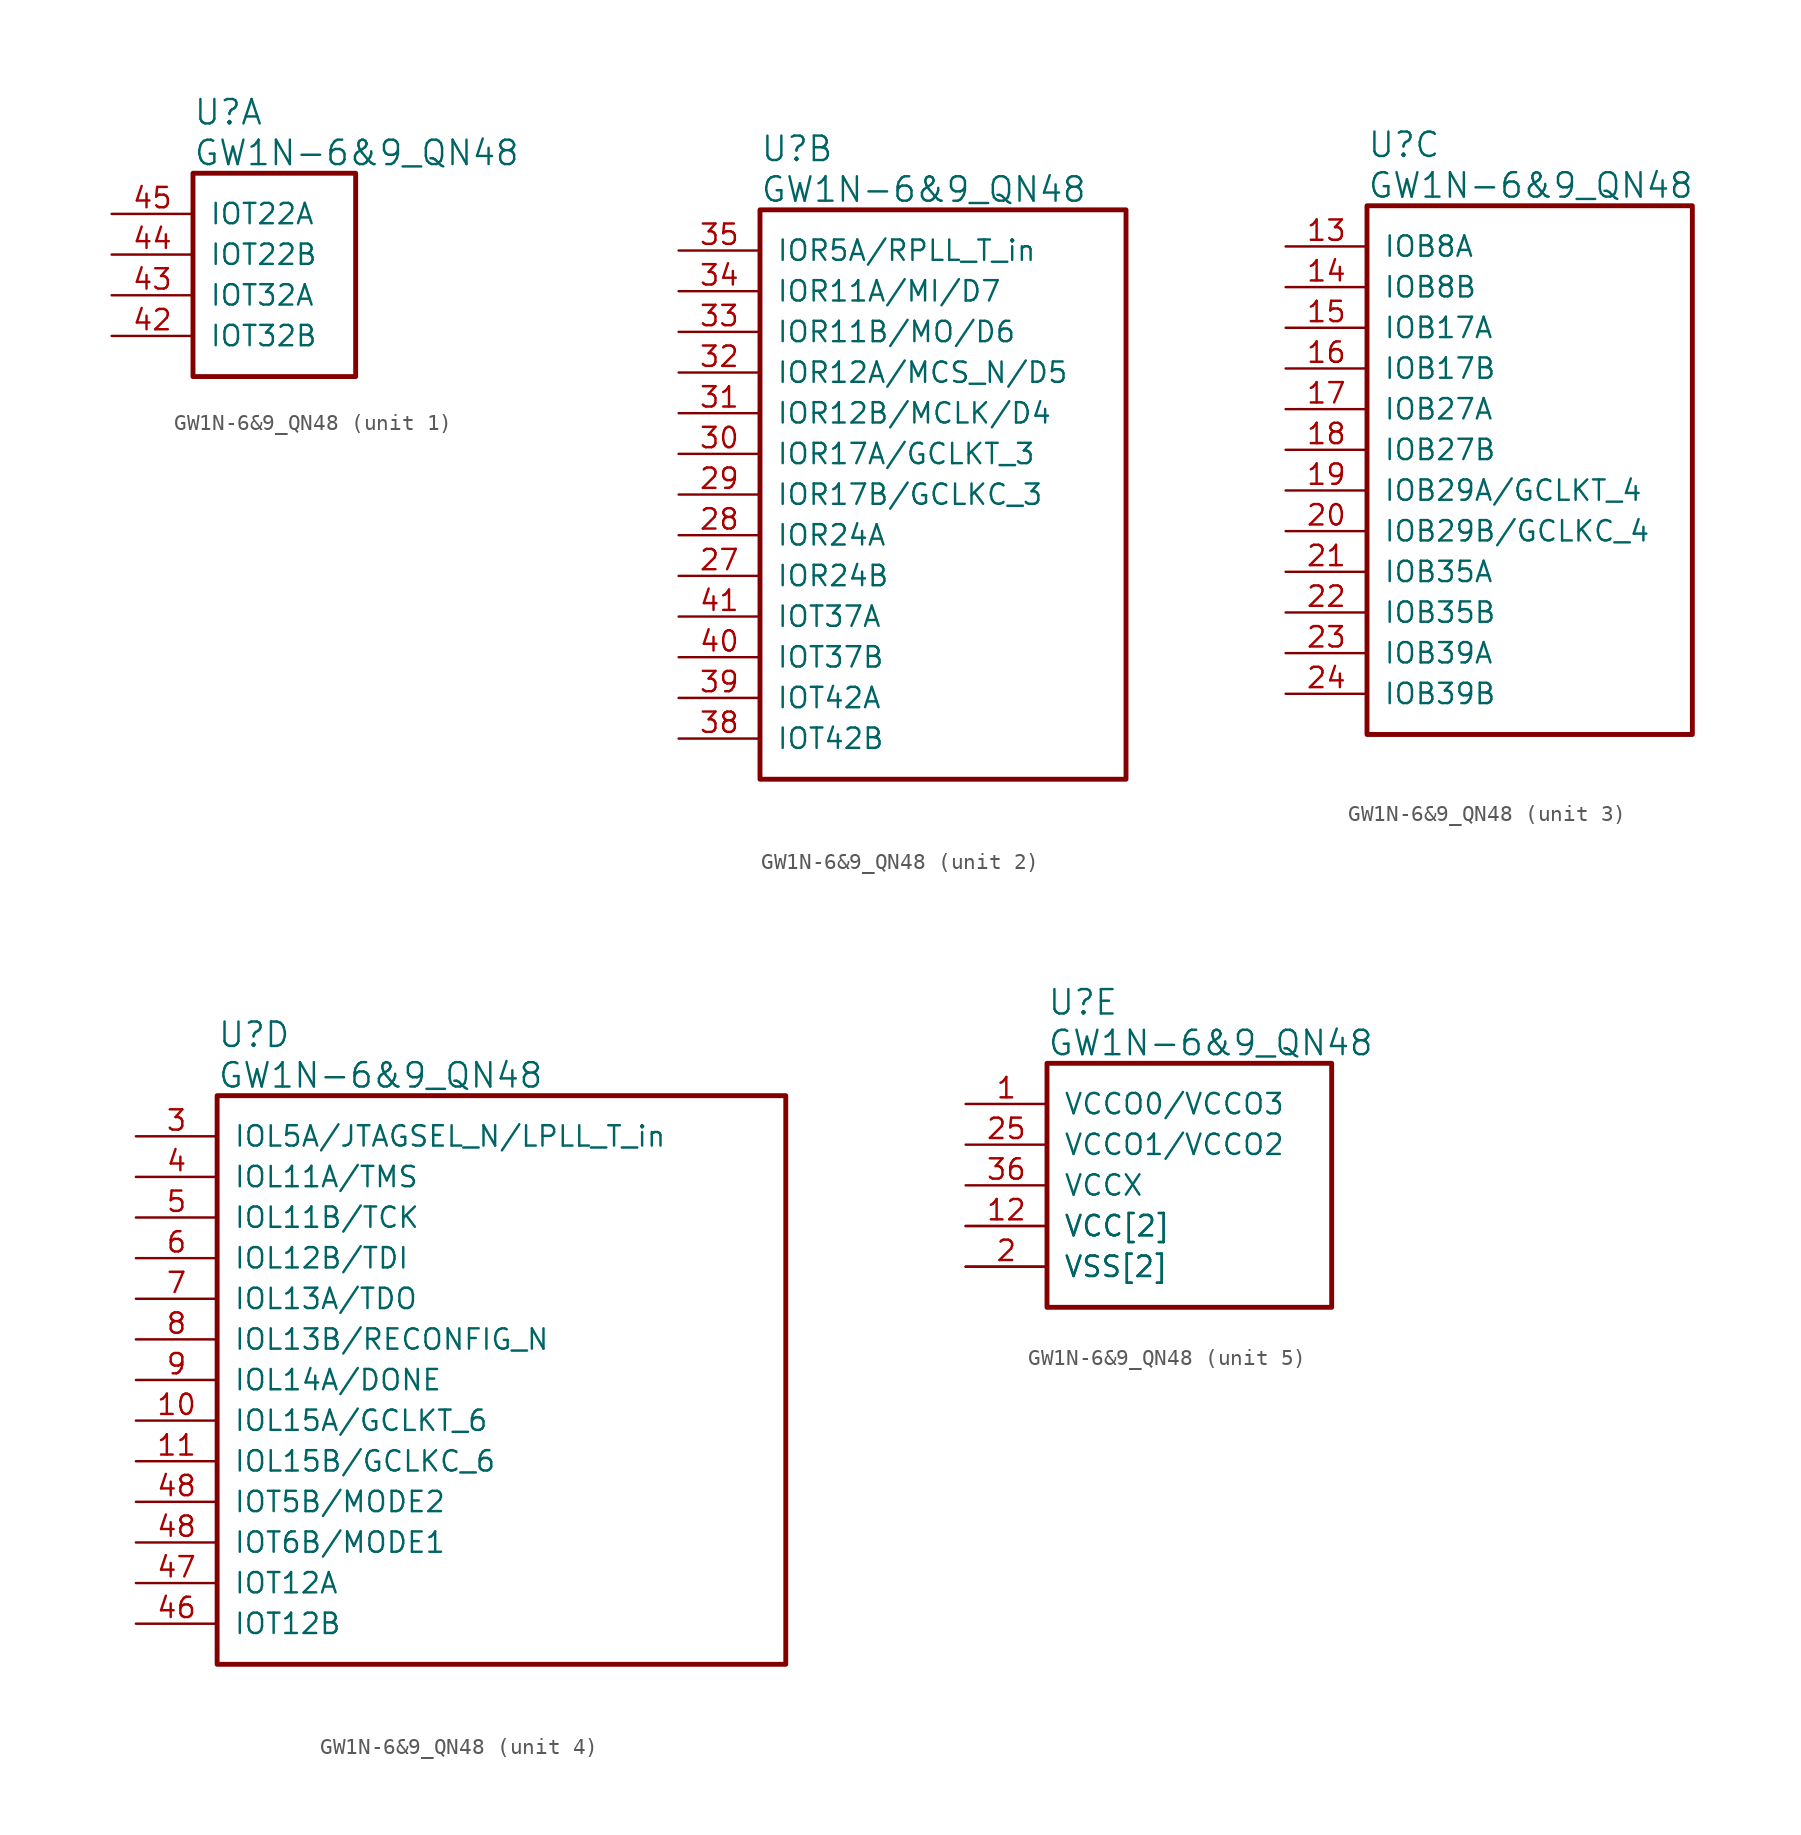
<source format=kicad_sym>
(kicad_symbol_lib
  (version 20211014)
  (generator kicad_symbol_editor)
  (symbol "GW1N-6&9_QN48"
    (pin_names
      (offset 1.016))
    (property "Reference" "U"
      (at 5.08 6.35 0)
      (effects (font (size 1.524 1.524)) (justify left)))
    (property "Value" "GW1N-6&9_QN48"
      (at 5.08 3.81 0)
      (effects (font (size 1.524 1.524)) (justify left)))
    (property "ki_locked" ""
      (at 0 0 0)
      (effects (font (size 1.27 1.27))))
    (symbol "GW1N-6&9_QN48_1_1"
      (rectangle (start 5.08 2.54) (end 15.24 -10.16) (stroke (width 0.305) (type default) (color 0 0 0 0)) (fill (type none)))
      (pin bidirectional line (at 0 -7.62 0) (length 5.08) (name "IOT32B" (effects (font (size 1.27 1.27)))) (number "42" (effects (font (size 1.27 1.27)))))
      (pin bidirectional line (at 0 -5.08 0) (length 5.08) (name "IOT32A" (effects (font (size 1.27 1.27)))) (number "43" (effects (font (size 1.27 1.27)))))
      (pin bidirectional line (at 0 -2.54 0) (length 5.08) (name "IOT22B" (effects (font (size 1.27 1.27)))) (number "44" (effects (font (size 1.27 1.27)))))
      (pin bidirectional line (at 0 0 0) (length 5.08) (name "IOT22A" (effects (font (size 1.27 1.27)))) (number "45" (effects (font (size 1.27 1.27))))))
    (symbol "GW1N-6&9_QN48_2_1"
      (rectangle (start 5.08 2.54) (end 27.94 -33.02) (stroke (width 0.305) (type default) (color 0 0 0 0)) (fill (type none)))
      (pin bidirectional line (at 0 -20.32 0) (length 5.08) (name "IOR24B" (effects (font (size 1.27 1.27)))) (number "27" (effects (font (size 1.27 1.27)))))
      (pin bidirectional line (at 0 -17.78 0) (length 5.08) (name "IOR24A" (effects (font (size 1.27 1.27)))) (number "28" (effects (font (size 1.27 1.27)))))
      (pin bidirectional line (at 0 -15.24 0) (length 5.08) (name "IOR17B/GCLKC_3" (effects (font (size 1.27 1.27)))) (number "29" (effects (font (size 1.27 1.27)))))
      (pin bidirectional line (at 0 -12.7 0) (length 5.08) (name "IOR17A/GCLKT_3" (effects (font (size 1.27 1.27)))) (number "30" (effects (font (size 1.27 1.27)))))
      (pin bidirectional line (at 0 -10.16 0) (length 5.08) (name "IOR12B/MCLK/D4" (effects (font (size 1.27 1.27)))) (number "31" (effects (font (size 1.27 1.27)))))
      (pin bidirectional line (at 0 -7.62 0) (length 5.08) (name "IOR12A/MCS_N/D5" (effects (font (size 1.27 1.27)))) (number "32" (effects (font (size 1.27 1.27)))))
      (pin bidirectional line (at 0 -5.08 0) (length 5.08) (name "IOR11B/MO/D6" (effects (font (size 1.27 1.27)))) (number "33" (effects (font (size 1.27 1.27)))))
      (pin bidirectional line (at 0 -2.54 0) (length 5.08) (name "IOR11A/MI/D7" (effects (font (size 1.27 1.27)))) (number "34" (effects (font (size 1.27 1.27)))))
      (pin bidirectional line (at 0 0 0) (length 5.08) (name "IOR5A/RPLL_T_in" (effects (font (size 1.27 1.27)))) (number "35" (effects (font (size 1.27 1.27)))))
      (pin bidirectional line (at 0 -30.48 0) (length 5.08) (name "IOT42B" (effects (font (size 1.27 1.27)))) (number "38" (effects (font (size 1.27 1.27)))))
      (pin bidirectional line (at 0 -27.94 0) (length 5.08) (name "IOT42A" (effects (font (size 1.27 1.27)))) (number "39" (effects (font (size 1.27 1.27)))))
      (pin bidirectional line (at 0 -25.4 0) (length 5.08) (name "IOT37B" (effects (font (size 1.27 1.27)))) (number "40" (effects (font (size 1.27 1.27)))))
      (pin bidirectional line (at 0 -22.86 0) (length 5.08) (name "IOT37A" (effects (font (size 1.27 1.27)))) (number "41" (effects (font (size 1.27 1.27))))))
    (symbol "GW1N-6&9_QN48_3_1"
      (rectangle (start 5.08 2.54) (end 25.4 -30.48) (stroke (width 0.305) (type default) (color 0 0 0 0)) (fill (type none)))
      (pin bidirectional line (at 0 0 0) (length 5.08) (name "IOB8A" (effects (font (size 1.27 1.27)))) (number "13" (effects (font (size 1.27 1.27)))))
      (pin bidirectional line (at 0 -2.54 0) (length 5.08) (name "IOB8B" (effects (font (size 1.27 1.27)))) (number "14" (effects (font (size 1.27 1.27)))))
      (pin bidirectional line (at 0 -5.08 0) (length 5.08) (name "IOB17A" (effects (font (size 1.27 1.27)))) (number "15" (effects (font (size 1.27 1.27)))))
      (pin bidirectional line (at 0 -7.62 0) (length 5.08) (name "IOB17B" (effects (font (size 1.27 1.27)))) (number "16" (effects (font (size 1.27 1.27)))))
      (pin bidirectional line (at 0 -10.16 0) (length 5.08) (name "IOB27A" (effects (font (size 1.27 1.27)))) (number "17" (effects (font (size 1.27 1.27)))))
      (pin bidirectional line (at 0 -12.7 0) (length 5.08) (name "IOB27B" (effects (font (size 1.27 1.27)))) (number "18" (effects (font (size 1.27 1.27)))))
      (pin bidirectional line (at 0 -15.24 0) (length 5.08) (name "IOB29A/GCLKT_4" (effects (font (size 1.27 1.27)))) (number "19" (effects (font (size 1.27 1.27)))))
      (pin bidirectional line (at 0 -17.78 0) (length 5.08) (name "IOB29B/GCLKC_4" (effects (font (size 1.27 1.27)))) (number "20" (effects (font (size 1.27 1.27)))))
      (pin bidirectional line (at 0 -20.32 0) (length 5.08) (name "IOB35A" (effects (font (size 1.27 1.27)))) (number "21" (effects (font (size 1.27 1.27)))))
      (pin bidirectional line (at 0 -22.86 0) (length 5.08) (name "IOB35B" (effects (font (size 1.27 1.27)))) (number "22" (effects (font (size 1.27 1.27)))))
      (pin bidirectional line (at 0 -25.4 0) (length 5.08) (name "IOB39A" (effects (font (size 1.27 1.27)))) (number "23" (effects (font (size 1.27 1.27)))))
      (pin bidirectional line (at 0 -27.94 0) (length 5.08) (name "IOB39B" (effects (font (size 1.27 1.27)))) (number "24" (effects (font (size 1.27 1.27))))))
    (symbol "GW1N-6&9_QN48_4_1"
      (rectangle (start 5.08 2.54) (end 40.64 -33.02) (stroke (width 0.305) (type default) (color 0 0 0 0)) (fill (type none)))
      (pin bidirectional line (at 0 -17.78 0) (length 5.08) (name "IOL15A/GCLKT_6" (effects (font (size 1.27 1.27)))) (number "10" (effects (font (size 1.27 1.27)))))
      (pin bidirectional line (at 0 -20.32 0) (length 5.08) (name "IOL15B/GCLKC_6" (effects (font (size 1.27 1.27)))) (number "11" (effects (font (size 1.27 1.27)))))
      (pin bidirectional line (at 0 0 0) (length 5.08) (name "IOL5A/JTAGSEL_N/LPLL_T_in" (effects (font (size 1.27 1.27)))) (number "3" (effects (font (size 1.27 1.27)))))
      (pin bidirectional line (at 0 -2.54 0) (length 5.08) (name "IOL11A/TMS" (effects (font (size 1.27 1.27)))) (number "4" (effects (font (size 1.27 1.27)))))
      (pin bidirectional line (at 0 -30.48 0) (length 5.08) (name "IOT12B" (effects (font (size 1.27 1.27)))) (number "46" (effects (font (size 1.27 1.27)))))
      (pin bidirectional line (at 0 -27.94 0) (length 5.08) (name "IOT12A" (effects (font (size 1.27 1.27)))) (number "47" (effects (font (size 1.27 1.27)))))
      (pin bidirectional line (at 0 -22.86 0) (length 5.08) (name "IOT5B/MODE2" (effects (font (size 1.27 1.27)))) (number "48" (effects (font (size 1.27 1.27)))))
      (pin bidirectional line (at 0 -25.4 0) (length 5.08) (name "IOT6B/MODE1" (effects (font (size 1.27 1.27)))) (number "48" (effects (font (size 1.27 1.27)))))
      (pin bidirectional line (at 0 -5.08 0) (length 5.08) (name "IOL11B/TCK" (effects (font (size 1.27 1.27)))) (number "5" (effects (font (size 1.27 1.27)))))
      (pin bidirectional line (at 0 -7.62 0) (length 5.08) (name "IOL12B/TDI" (effects (font (size 1.27 1.27)))) (number "6" (effects (font (size 1.27 1.27)))))
      (pin bidirectional line (at 0 -10.16 0) (length 5.08) (name "IOL13A/TDO" (effects (font (size 1.27 1.27)))) (number "7" (effects (font (size 1.27 1.27)))))
      (pin bidirectional line (at 0 -12.7 0) (length 5.08) (name "IOL13B/RECONFIG_N" (effects (font (size 1.27 1.27)))) (number "8" (effects (font (size 1.27 1.27)))))
      (pin bidirectional line (at 0 -15.24 0) (length 5.08) (name "IOL14A/DONE" (effects (font (size 1.27 1.27)))) (number "9" (effects (font (size 1.27 1.27))))))
    (symbol "GW1N-6&9_QN48_5_1"
      (rectangle (start 5.08 2.54) (end 22.86 -12.7) (stroke (width 0.305) (type default) (color 0 0 0 0)) (fill (type none)))
      (pin power_in line (at 0 0 0) (length 5.08) (name "VCCO0/VCCO3" (effects (font (size 1.27 1.27)))) (number "1" (effects (font (size 1.27 1.27)))))
      (pin power_in line (at 0 -7.62 0) (length 5.08) (name "VCC[2]" (effects (font (size 1.27 1.27)))) (number "12" (effects (font (size 1.27 1.27)))))
      (pin power_in line (at 0 -10.16 0) (length 5.08) (name "VSS[2]" (effects (font (size 1.27 1.27)))) (number "2" (effects (font (size 1.27 1.27)))))
      (pin power_in line (at 0 -2.54 0) (length 5.08) (name "VCCO1/VCCO2" (effects (font (size 1.27 1.27)))) (number "25" (effects (font (size 1.27 1.27)))))
      (pin power_in line (at 0 -10.16 0) (length 5.08) (name "VSS[2]" (effects (font (size 1.27 1.27)))) (number "26" (effects (font (size 0 0)))))
      (pin power_in line (at 0 -5.08 0) (length 5.08) (name "VCCX" (effects (font (size 1.27 1.27)))) (number "36" (effects (font (size 1.27 1.27)))))
      (pin power_in line (at 0 -7.62 0) (length 5.08) (name "VCC[2]" (effects (font (size 1.27 1.27)))) (number "37" (effects (font (size 0 0))))))))
</source>
